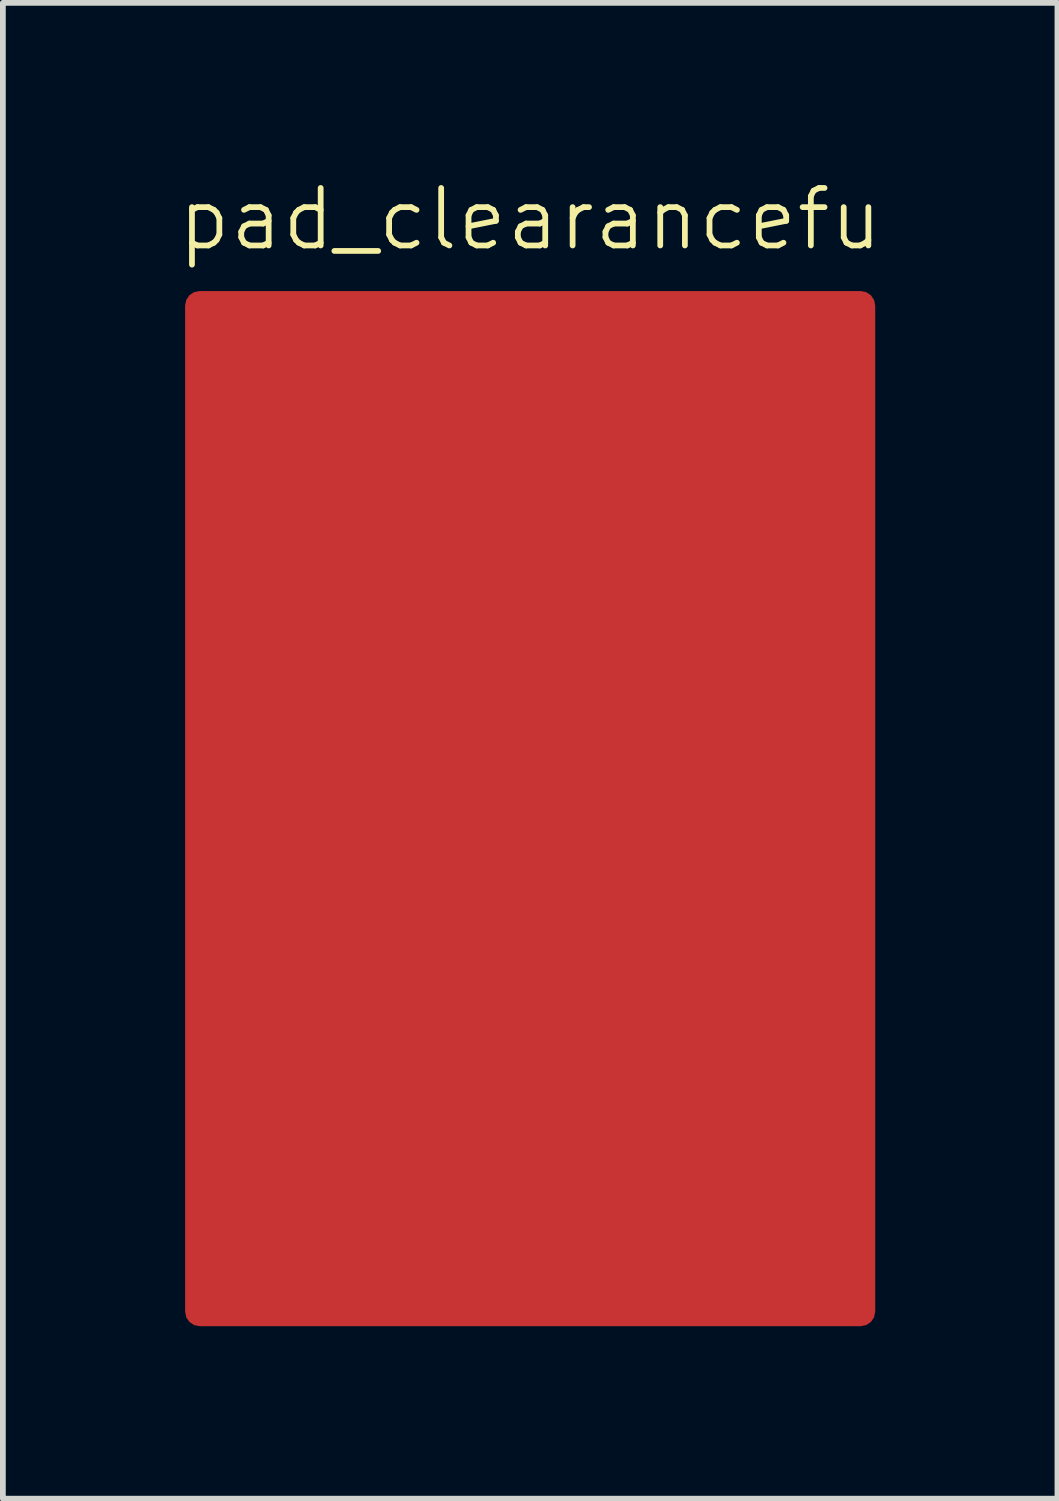
<source format=kicad_pcb>
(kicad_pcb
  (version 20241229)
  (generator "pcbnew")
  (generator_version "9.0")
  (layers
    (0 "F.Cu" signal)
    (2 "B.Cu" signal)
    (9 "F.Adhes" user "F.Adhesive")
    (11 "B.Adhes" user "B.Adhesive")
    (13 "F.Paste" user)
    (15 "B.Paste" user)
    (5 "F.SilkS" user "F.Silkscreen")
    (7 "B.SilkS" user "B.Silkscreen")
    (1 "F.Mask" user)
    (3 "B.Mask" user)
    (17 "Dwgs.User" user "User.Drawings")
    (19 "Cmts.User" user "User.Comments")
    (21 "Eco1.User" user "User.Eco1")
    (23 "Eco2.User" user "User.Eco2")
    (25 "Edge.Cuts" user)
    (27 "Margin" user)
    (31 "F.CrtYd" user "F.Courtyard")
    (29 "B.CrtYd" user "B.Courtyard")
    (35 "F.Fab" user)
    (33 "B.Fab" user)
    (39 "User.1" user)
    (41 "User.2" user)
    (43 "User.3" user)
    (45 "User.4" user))
  (footprint "pad_clearancefu"
    (layer "F.Cu")
    (at 6.169 10.761)
    (property "Reference" "pad_clearancefu" (at 0 -10 0) (unlocked yes) (layer "F.SilkS") (effects (font (size 1 1) (thickness 0.1))))
    (attr smd)
    (pad "1" smd roundrect (at 0 0.25) (size 12 18) (layers "F.Cu" "F.Mask" "F.Paste") (roundrect_rratio 0.021)))
  (gr_rect
    (start -3 -3)
    (end 15.338 23.011)
    (stroke (width 0.1) (type default))
    (fill no)
    (layer "Edge.Cuts")))
</source>
